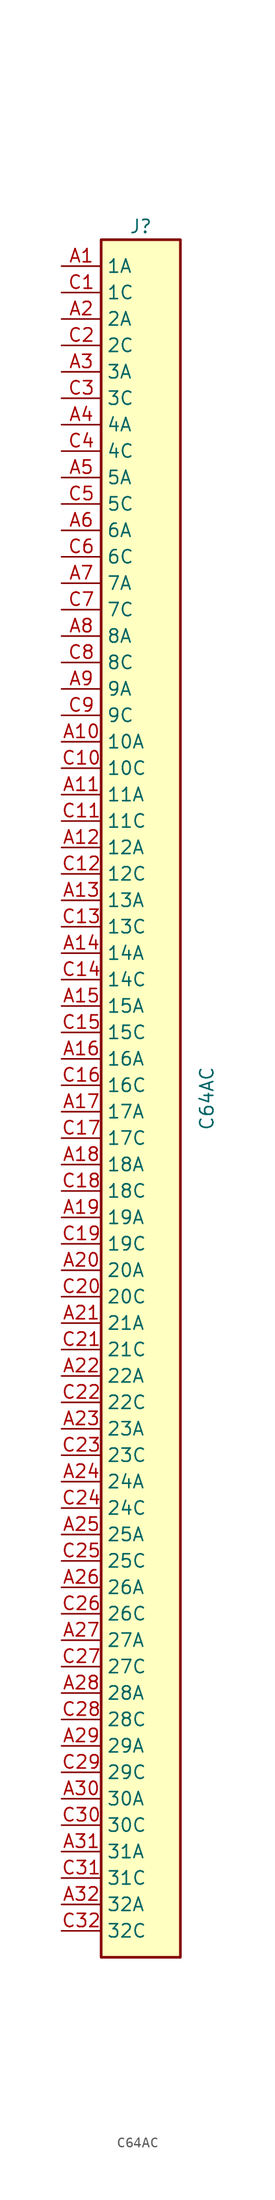
<source format=kicad_sym>
(kicad_symbol_lib
  (version 20211014)
  (generator kicad_symbol_editor)
  (symbol "C64AC"
    (property "Reference" "J"
      (at 0 85.09 0)
      (effects (font (size 1.27 1.27))))
    (property "Value" "C64AC"
      (at 6.35 1.27 90)
      (effects (font (size 1.27 1.27))))
    (symbol "C64AC_0_1"
      (rectangle (start -3.81 -81.28) (end 3.81 83.82) (stroke (width 0.254) (type default) (color 0 0 0 0)) (fill (type background))))
    (symbol "C64AC_1_1"
      (pin passive line (at -7.62 81.28 0) (length 3.81) (name "1A" (effects (font (size 1.27 1.27)))) (number "A1" (effects (font (size 1.27 1.27)))))
      (pin passive line (at -7.62 35.56 0) (length 3.81) (name "10A" (effects (font (size 1.27 1.27)))) (number "A10" (effects (font (size 1.27 1.27)))))
      (pin passive line (at -7.62 30.48 0) (length 3.81) (name "11A" (effects (font (size 1.27 1.27)))) (number "A11" (effects (font (size 1.27 1.27)))))
      (pin passive line (at -7.62 25.4 0) (length 3.81) (name "12A" (effects (font (size 1.27 1.27)))) (number "A12" (effects (font (size 1.27 1.27)))))
      (pin passive line (at -7.62 20.32 0) (length 3.81) (name "13A" (effects (font (size 1.27 1.27)))) (number "A13" (effects (font (size 1.27 1.27)))))
      (pin passive line (at -7.62 15.24 0) (length 3.81) (name "14A" (effects (font (size 1.27 1.27)))) (number "A14" (effects (font (size 1.27 1.27)))))
      (pin passive line (at -7.62 10.16 0) (length 3.81) (name "15A" (effects (font (size 1.27 1.27)))) (number "A15" (effects (font (size 1.27 1.27)))))
      (pin passive line (at -7.62 5.08 0) (length 3.81) (name "16A" (effects (font (size 1.27 1.27)))) (number "A16" (effects (font (size 1.27 1.27)))))
      (pin passive line (at -7.62 0 0) (length 3.81) (name "17A" (effects (font (size 1.27 1.27)))) (number "A17" (effects (font (size 1.27 1.27)))))
      (pin passive line (at -7.62 -5.08 0) (length 3.81) (name "18A" (effects (font (size 1.27 1.27)))) (number "A18" (effects (font (size 1.27 1.27)))))
      (pin passive line (at -7.62 -10.16 0) (length 3.81) (name "19A" (effects (font (size 1.27 1.27)))) (number "A19" (effects (font (size 1.27 1.27)))))
      (pin passive line (at -7.62 76.2 0) (length 3.81) (name "2A" (effects (font (size 1.27 1.27)))) (number "A2" (effects (font (size 1.27 1.27)))))
      (pin passive line (at -7.62 -15.24 0) (length 3.81) (name "20A" (effects (font (size 1.27 1.27)))) (number "A20" (effects (font (size 1.27 1.27)))))
      (pin passive line (at -7.62 -20.32 0) (length 3.81) (name "21A" (effects (font (size 1.27 1.27)))) (number "A21" (effects (font (size 1.27 1.27)))))
      (pin passive line (at -7.62 -25.4 0) (length 3.81) (name "22A" (effects (font (size 1.27 1.27)))) (number "A22" (effects (font (size 1.27 1.27)))))
      (pin passive line (at -7.62 -30.48 0) (length 3.81) (name "23A" (effects (font (size 1.27 1.27)))) (number "A23" (effects (font (size 1.27 1.27)))))
      (pin passive line (at -7.62 -35.56 0) (length 3.81) (name "24A" (effects (font (size 1.27 1.27)))) (number "A24" (effects (font (size 1.27 1.27)))))
      (pin passive line (at -7.62 -40.64 0) (length 3.81) (name "25A" (effects (font (size 1.27 1.27)))) (number "A25" (effects (font (size 1.27 1.27)))))
      (pin passive line (at -7.62 -45.72 0) (length 3.81) (name "26A" (effects (font (size 1.27 1.27)))) (number "A26" (effects (font (size 1.27 1.27)))))
      (pin passive line (at -7.62 -50.8 0) (length 3.81) (name "27A" (effects (font (size 1.27 1.27)))) (number "A27" (effects (font (size 1.27 1.27)))))
      (pin passive line (at -7.62 -55.88 0) (length 3.81) (name "28A" (effects (font (size 1.27 1.27)))) (number "A28" (effects (font (size 1.27 1.27)))))
      (pin passive line (at -7.62 -60.96 0) (length 3.81) (name "29A" (effects (font (size 1.27 1.27)))) (number "A29" (effects (font (size 1.27 1.27)))))
      (pin passive line (at -7.62 71.12 0) (length 3.81) (name "3A" (effects (font (size 1.27 1.27)))) (number "A3" (effects (font (size 1.27 1.27)))))
      (pin passive line (at -7.62 -66.04 0) (length 3.81) (name "30A" (effects (font (size 1.27 1.27)))) (number "A30" (effects (font (size 1.27 1.27)))))
      (pin passive line (at -7.62 -71.12 0) (length 3.81) (name "31A" (effects (font (size 1.27 1.27)))) (number "A31" (effects (font (size 1.27 1.27)))))
      (pin passive line (at -7.62 -76.2 0) (length 3.81) (name "32A" (effects (font (size 1.27 1.27)))) (number "A32" (effects (font (size 1.27 1.27)))))
      (pin passive line (at -7.62 66.04 0) (length 3.81) (name "4A" (effects (font (size 1.27 1.27)))) (number "A4" (effects (font (size 1.27 1.27)))))
      (pin passive line (at -7.62 60.96 0) (length 3.81) (name "5A" (effects (font (size 1.27 1.27)))) (number "A5" (effects (font (size 1.27 1.27)))))
      (pin passive line (at -7.62 55.88 0) (length 3.81) (name "6A" (effects (font (size 1.27 1.27)))) (number "A6" (effects (font (size 1.27 1.27)))))
      (pin passive line (at -7.62 50.8 0) (length 3.81) (name "7A" (effects (font (size 1.27 1.27)))) (number "A7" (effects (font (size 1.27 1.27)))))
      (pin passive line (at -7.62 45.72 0) (length 3.81) (name "8A" (effects (font (size 1.27 1.27)))) (number "A8" (effects (font (size 1.27 1.27)))))
      (pin passive line (at -7.62 40.64 0) (length 3.81) (name "9A" (effects (font (size 1.27 1.27)))) (number "A9" (effects (font (size 1.27 1.27)))))
      (pin passive line (at -7.62 78.74 0) (length 3.81) (name "1C" (effects (font (size 1.27 1.27)))) (number "C1" (effects (font (size 1.27 1.27)))))
      (pin passive line (at -7.62 33.02 0) (length 3.81) (name "10C" (effects (font (size 1.27 1.27)))) (number "C10" (effects (font (size 1.27 1.27)))))
      (pin passive line (at -7.62 27.94 0) (length 3.81) (name "11C" (effects (font (size 1.27 1.27)))) (number "C11" (effects (font (size 1.27 1.27)))))
      (pin passive line (at -7.62 22.86 0) (length 3.81) (name "12C" (effects (font (size 1.27 1.27)))) (number "C12" (effects (font (size 1.27 1.27)))))
      (pin passive line (at -7.62 17.78 0) (length 3.81) (name "13C" (effects (font (size 1.27 1.27)))) (number "C13" (effects (font (size 1.27 1.27)))))
      (pin passive line (at -7.62 12.7 0) (length 3.81) (name "14C" (effects (font (size 1.27 1.27)))) (number "C14" (effects (font (size 1.27 1.27)))))
      (pin passive line (at -7.62 7.62 0) (length 3.81) (name "15C" (effects (font (size 1.27 1.27)))) (number "C15" (effects (font (size 1.27 1.27)))))
      (pin passive line (at -7.62 2.54 0) (length 3.81) (name "16C" (effects (font (size 1.27 1.27)))) (number "C16" (effects (font (size 1.27 1.27)))))
      (pin passive line (at -7.62 -2.54 0) (length 3.81) (name "17C" (effects (font (size 1.27 1.27)))) (number "C17" (effects (font (size 1.27 1.27)))))
      (pin passive line (at -7.62 -7.62 0) (length 3.81) (name "18C" (effects (font (size 1.27 1.27)))) (number "C18" (effects (font (size 1.27 1.27)))))
      (pin passive line (at -7.62 -12.7 0) (length 3.81) (name "19C" (effects (font (size 1.27 1.27)))) (number "C19" (effects (font (size 1.27 1.27)))))
      (pin passive line (at -7.62 73.66 0) (length 3.81) (name "2C" (effects (font (size 1.27 1.27)))) (number "C2" (effects (font (size 1.27 1.27)))))
      (pin passive line (at -7.62 -17.78 0) (length 3.81) (name "20C" (effects (font (size 1.27 1.27)))) (number "C20" (effects (font (size 1.27 1.27)))))
      (pin passive line (at -7.62 -22.86 0) (length 3.81) (name "21C" (effects (font (size 1.27 1.27)))) (number "C21" (effects (font (size 1.27 1.27)))))
      (pin passive line (at -7.62 -27.94 0) (length 3.81) (name "22C" (effects (font (size 1.27 1.27)))) (number "C22" (effects (font (size 1.27 1.27)))))
      (pin passive line (at -7.62 -33.02 0) (length 3.81) (name "23C" (effects (font (size 1.27 1.27)))) (number "C23" (effects (font (size 1.27 1.27)))))
      (pin passive line (at -7.62 -38.1 0) (length 3.81) (name "24C" (effects (font (size 1.27 1.27)))) (number "C24" (effects (font (size 1.27 1.27)))))
      (pin passive line (at -7.62 -43.18 0) (length 3.81) (name "25C" (effects (font (size 1.27 1.27)))) (number "C25" (effects (font (size 1.27 1.27)))))
      (pin passive line (at -7.62 -48.26 0) (length 3.81) (name "26C" (effects (font (size 1.27 1.27)))) (number "C26" (effects (font (size 1.27 1.27)))))
      (pin passive line (at -7.62 -53.34 0) (length 3.81) (name "27C" (effects (font (size 1.27 1.27)))) (number "C27" (effects (font (size 1.27 1.27)))))
      (pin passive line (at -7.62 -58.42 0) (length 3.81) (name "28C" (effects (font (size 1.27 1.27)))) (number "C28" (effects (font (size 1.27 1.27)))))
      (pin passive line (at -7.62 -63.5 0) (length 3.81) (name "29C" (effects (font (size 1.27 1.27)))) (number "C29" (effects (font (size 1.27 1.27)))))
      (pin passive line (at -7.62 68.58 0) (length 3.81) (name "3C" (effects (font (size 1.27 1.27)))) (number "C3" (effects (font (size 1.27 1.27)))))
      (pin passive line (at -7.62 -68.58 0) (length 3.81) (name "30C" (effects (font (size 1.27 1.27)))) (number "C30" (effects (font (size 1.27 1.27)))))
      (pin passive line (at -7.62 -73.66 0) (length 3.81) (name "31C" (effects (font (size 1.27 1.27)))) (number "C31" (effects (font (size 1.27 1.27)))))
      (pin passive line (at -7.62 -78.74 0) (length 3.81) (name "32C" (effects (font (size 1.27 1.27)))) (number "C32" (effects (font (size 1.27 1.27)))))
      (pin passive line (at -7.62 63.5 0) (length 3.81) (name "4C" (effects (font (size 1.27 1.27)))) (number "C4" (effects (font (size 1.27 1.27)))))
      (pin passive line (at -7.62 58.42 0) (length 3.81) (name "5C" (effects (font (size 1.27 1.27)))) (number "C5" (effects (font (size 1.27 1.27)))))
      (pin passive line (at -7.62 53.34 0) (length 3.81) (name "6C" (effects (font (size 1.27 1.27)))) (number "C6" (effects (font (size 1.27 1.27)))))
      (pin passive line (at -7.62 48.26 0) (length 3.81) (name "7C" (effects (font (size 1.27 1.27)))) (number "C7" (effects (font (size 1.27 1.27)))))
      (pin passive line (at -7.62 43.18 0) (length 3.81) (name "8C" (effects (font (size 1.27 1.27)))) (number "C8" (effects (font (size 1.27 1.27)))))
      (pin passive line (at -7.62 38.1 0) (length 3.81) (name "9C" (effects (font (size 1.27 1.27)))) (number "C9" (effects (font (size 1.27 1.27))))))))
</source>
